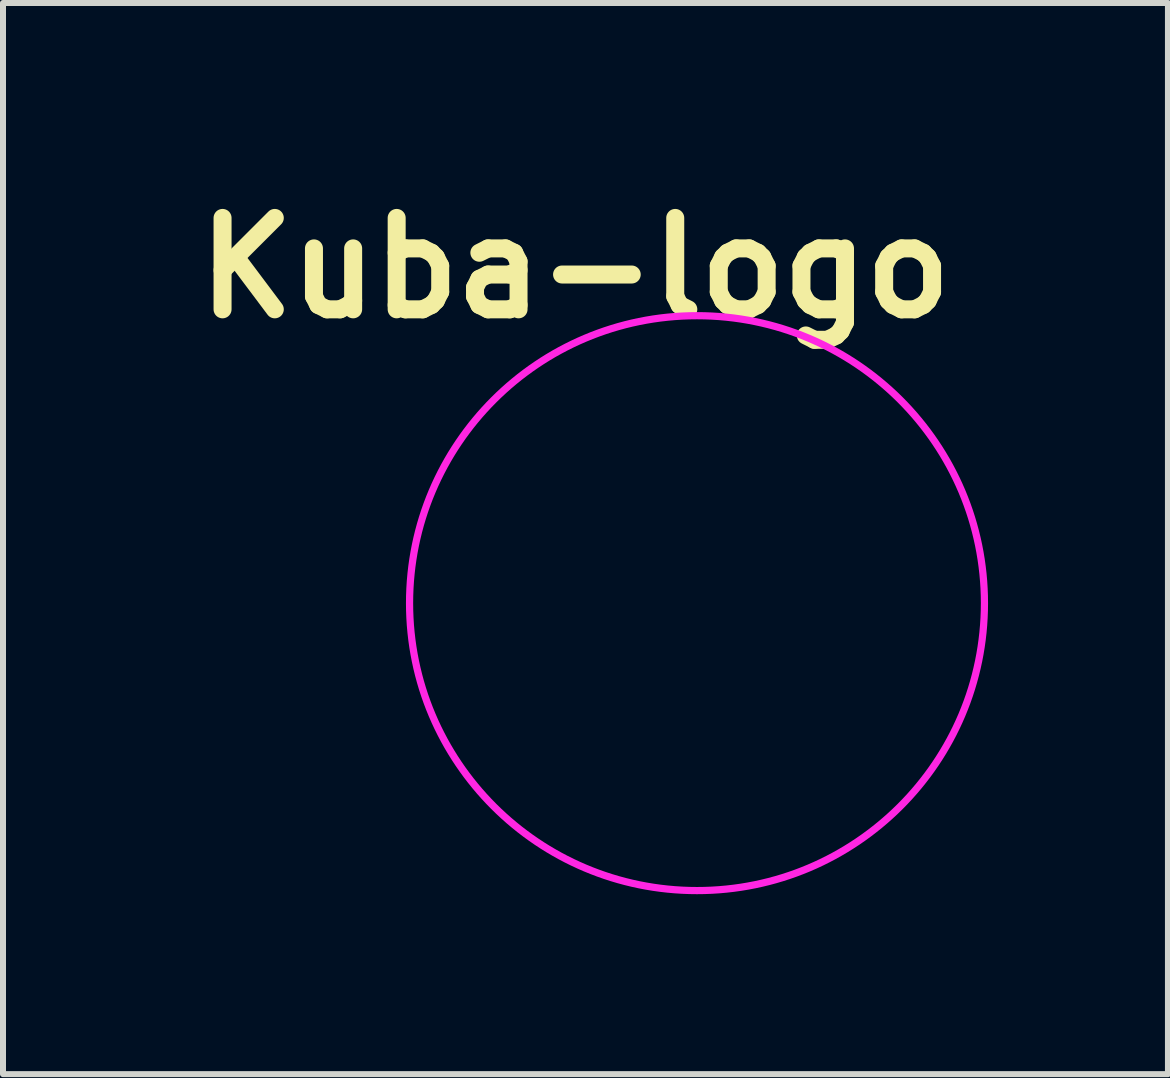
<source format=kicad_pcb>
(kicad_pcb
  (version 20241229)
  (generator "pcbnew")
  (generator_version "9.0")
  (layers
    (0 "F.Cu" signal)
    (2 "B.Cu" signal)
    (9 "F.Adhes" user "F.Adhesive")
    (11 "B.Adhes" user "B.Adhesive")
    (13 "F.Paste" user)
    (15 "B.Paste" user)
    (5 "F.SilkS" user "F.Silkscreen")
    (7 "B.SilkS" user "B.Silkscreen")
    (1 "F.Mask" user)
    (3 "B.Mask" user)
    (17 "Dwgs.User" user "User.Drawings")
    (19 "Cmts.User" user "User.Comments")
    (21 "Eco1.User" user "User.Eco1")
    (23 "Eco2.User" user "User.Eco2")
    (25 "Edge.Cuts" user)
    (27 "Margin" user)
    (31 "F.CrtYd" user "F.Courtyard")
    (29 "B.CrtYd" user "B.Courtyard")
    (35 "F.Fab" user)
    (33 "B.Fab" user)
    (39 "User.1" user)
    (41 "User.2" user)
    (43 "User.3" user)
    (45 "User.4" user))
  (footprint "Kuba-logo"
    (layer "F.Cu")
    (at 8.571 7.006)
    (property "Reference" "Kuba-logo" (at -2.032 -5.588 0) (layer "F.SilkS") (effects (font (size 1.524 1.524) (thickness 0.3))))
    (attr through_hole)
    (fp_poly (pts (xy 0.407 -4.214) (xy 0.445 -4.185) (xy 0.468 -4.156) (xy 0.475 -4.144) (xy 0.481 -4.133) (xy 0.485 -4.119) (xy 0.489 -4.101) (xy 0.493 -4.076) (xy 0.497 -4.043) (xy 0.502 -4) (xy 0.507 -3.944) (xy 0.513 -3.874) (xy 0.514 -3.864) (xy 0.521 -3.783) (xy 0.528 -3.716) (xy 0.534 -3.663) (xy 0.54 -3.621) (xy 0.547 -3.59) (xy 0.555 -3.567) (xy 0.564 -3.55) (xy 0.575 -3.538) (xy 0.587 -3.529) (xy 0.591 -3.527) (xy 0.61 -3.52) (xy 0.64 -3.511) (xy 0.678 -3.502) (xy 0.704 -3.497) (xy 0.795 -3.477) (xy 0.894 -3.452) (xy 0.994 -3.425) (xy 1.086 -3.397) (xy 1.118 -3.387) (xy 1.174 -3.369) (xy 1.218 -3.358) (xy 1.251 -3.354) (xy 1.278 -3.356) (xy 1.301 -3.365) (xy 1.312 -3.372) (xy 1.324 -3.384) (xy 1.343 -3.407) (xy 1.37 -3.441) (xy 1.402 -3.484) (xy 1.437 -3.532) (xy 1.474 -3.585) (xy 1.48 -3.593) (xy 1.518 -3.647) (xy 1.554 -3.696) (xy 1.587 -3.741) (xy 1.615 -3.777) (xy 1.638 -3.805) (xy 1.652 -3.82) (xy 1.654 -3.821) (xy 1.693 -3.843) (xy 1.74 -3.852) (xy 1.787 -3.848) (xy 1.821 -3.835) (xy 1.839 -3.826) (xy 1.868 -3.809) (xy 1.908 -3.787) (xy 1.955 -3.76) (xy 2.009 -3.729) (xy 2.066 -3.696) (xy 2.126 -3.662) (xy 2.185 -3.628) (xy 2.242 -3.595) (xy 2.294 -3.564) (xy 2.341 -3.537) (xy 2.379 -3.514) (xy 2.407 -3.497) (xy 2.422 -3.487) (xy 2.424 -3.487) (xy 2.452 -3.457) (xy 2.473 -3.417) (xy 2.483 -3.372) (xy 2.483 -3.357) (xy 2.482 -3.343) (xy 2.479 -3.326) (xy 2.472 -3.305) (xy 2.462 -3.278) (xy 2.447 -3.242) (xy 2.427 -3.197) (xy 2.401 -3.14) (xy 2.372 -3.076) (xy 2.344 -3.017) (xy 2.319 -2.961) (xy 2.297 -2.911) (xy 2.28 -2.869) (xy 2.267 -2.838) (xy 2.261 -2.819) (xy 2.261 -2.815) (xy 2.269 -2.776) (xy 2.294 -2.736) (xy 2.331 -2.7) (xy 2.363 -2.672) (xy 2.403 -2.634) (xy 2.45 -2.59) (xy 2.499 -2.542) (xy 2.548 -2.492) (xy 2.595 -2.445) (xy 2.636 -2.402) (xy 2.669 -2.366) (xy 2.672 -2.362) (xy 2.711 -2.319) (xy 2.744 -2.289) (xy 2.772 -2.271) (xy 2.799 -2.262) (xy 2.815 -2.261) (xy 2.828 -2.264) (xy 2.855 -2.274) (xy 2.892 -2.289) (xy 2.939 -2.309) (xy 2.993 -2.333) (xy 3.051 -2.36) (xy 3.076 -2.372) (xy 3.146 -2.404) (xy 3.201 -2.429) (xy 3.246 -2.449) (xy 3.28 -2.463) (xy 3.307 -2.473) (xy 3.328 -2.479) (xy 3.344 -2.482) (xy 3.357 -2.483) (xy 3.402 -2.477) (xy 3.444 -2.46) (xy 3.478 -2.434) (xy 3.486 -2.424) (xy 3.495 -2.411) (xy 3.51 -2.385) (xy 3.532 -2.349) (xy 3.558 -2.304) (xy 3.588 -2.252) (xy 3.621 -2.196) (xy 3.655 -2.137) (xy 3.689 -2.078) (xy 3.722 -2.02) (xy 3.753 -1.966) (xy 3.781 -1.918) (xy 3.805 -1.876) (xy 3.822 -1.845) (xy 3.833 -1.825) (xy 3.834 -1.823) (xy 3.85 -1.774) (xy 3.85 -1.725) (xy 3.835 -1.677) (xy 3.804 -1.634) (xy 3.783 -1.615) (xy 3.766 -1.602) (xy 3.737 -1.581) (xy 3.7 -1.554) (xy 3.655 -1.523) (xy 3.606 -1.488) (xy 3.565 -1.46) (xy 3.51 -1.421) (xy 3.462 -1.385) (xy 3.422 -1.355) (xy 3.391 -1.331) (xy 3.373 -1.314) (xy 3.368 -1.308) (xy 3.358 -1.286) (xy 3.354 -1.26) (xy 3.356 -1.228) (xy 3.365 -1.187) (xy 3.381 -1.134) (xy 3.386 -1.12) (xy 3.436 -0.955) (xy 3.479 -0.782) (xy 3.493 -0.721) (xy 3.502 -0.678) (xy 3.512 -0.64) (xy 3.52 -0.609) (xy 3.527 -0.591) (xy 3.527 -0.591) (xy 3.536 -0.578) (xy 3.547 -0.566) (xy 3.562 -0.557) (xy 3.583 -0.549) (xy 3.612 -0.542) (xy 3.651 -0.535) (xy 3.701 -0.529) (xy 3.764 -0.523) (xy 3.842 -0.516) (xy 3.864 -0.514) (xy 3.937 -0.507) (xy 3.994 -0.502) (xy 4.039 -0.498) (xy 4.073 -0.494) (xy 4.098 -0.49) (xy 4.117 -0.486) (xy 4.131 -0.481) (xy 4.143 -0.476) (xy 4.154 -0.469) (xy 4.156 -0.468) (xy 4.193 -0.437) (xy 4.214 -0.407) (xy 4.233 -0.37) (xy 4.233 0.37) (xy 4.214 0.407) (xy 4.185 0.445) (xy 4.156 0.468) (xy 4.144 0.475) (xy 4.133 0.481) (xy 4.119 0.485) (xy 4.101 0.489) (xy 4.076 0.493) (xy 4.043 0.497) (xy 4 0.502) (xy 3.944 0.507) (xy 3.874 0.513) (xy 3.864 0.514) (xy 3.783 0.521) (xy 3.716 0.527) (xy 3.663 0.534) (xy 3.621 0.54) (xy 3.59 0.547) (xy 3.567 0.555) (xy 3.55 0.564) (xy 3.538 0.575) (xy 3.529 0.587) (xy 3.527 0.591) (xy 3.521 0.609) (xy 3.512 0.639) (xy 3.502 0.678) (xy 3.492 0.723) (xy 3.488 0.742) (xy 3.475 0.8) (xy 3.459 0.864) (xy 3.442 0.932) (xy 3.423 0.999) (xy 3.405 1.062) (xy 3.388 1.116) (xy 3.373 1.159) (xy 3.37 1.168) (xy 3.356 1.218) (xy 3.354 1.264) (xy 3.365 1.302) (xy 3.368 1.308) (xy 3.38 1.321) (xy 3.404 1.341) (xy 3.44 1.369) (xy 3.484 1.402) (xy 3.536 1.439) (xy 3.565 1.46) (xy 3.616 1.495) (xy 3.665 1.53) (xy 3.708 1.56) (xy 3.744 1.586) (xy 3.77 1.606) (xy 3.783 1.615) (xy 3.821 1.655) (xy 3.844 1.7) (xy 3.852 1.749) (xy 3.845 1.798) (xy 3.834 1.823) (xy 3.825 1.84) (xy 3.809 1.869) (xy 3.786 1.909) (xy 3.759 1.956) (xy 3.729 2.009) (xy 3.696 2.067) (xy 3.662 2.126) (xy 3.627 2.185) (xy 3.594 2.241) (xy 3.564 2.294) (xy 3.537 2.341) (xy 3.514 2.379) (xy 3.497 2.407) (xy 3.487 2.422) (xy 3.486 2.424) (xy 3.457 2.452) (xy 3.417 2.473) (xy 3.373 2.483) (xy 3.357 2.483) (xy 3.343 2.482) (xy 3.327 2.479) (xy 3.306 2.473) (xy 3.28 2.463) (xy 3.245 2.448) (xy 3.201 2.429) (xy 3.146 2.404) (xy 3.077 2.372) (xy 3.066 2.366) (xy 2.993 2.333) (xy 2.934 2.305) (xy 2.886 2.284) (xy 2.848 2.269) (xy 2.817 2.26) (xy 2.792 2.256) (xy 2.77 2.258) (xy 2.75 2.264) (xy 2.729 2.274) (xy 2.706 2.289) (xy 2.681 2.305) (xy 2.574 2.37) (xy 2.464 2.419) (xy 2.347 2.454) (xy 2.282 2.468) (xy 2.217 2.477) (xy 2.142 2.48) (xy 2.062 2.479) (xy 1.982 2.474) (xy 1.909 2.464) (xy 1.854 2.453) (xy 1.77 2.426) (xy 1.676 2.388) (xy 1.576 2.342) (xy 1.474 2.289) (xy 1.371 2.231) (xy 1.272 2.168) (xy 1.179 2.103) (xy 1.152 2.083) (xy 1.134 2.069) (xy 1.105 2.045) (xy 1.065 2.012) (xy 1.012 1.969) (xy 0.948 1.916) (xy 0.873 1.853) (xy 0.785 1.779) (xy 0.685 1.696) (xy 0.574 1.603) (xy 0.45 1.499) (xy 0.313 1.385) (xy 0.165 1.26) (xy 0.004 1.125) (xy -0.17 0.979) (xy -0.357 0.823) (xy -0.556 0.655) (xy -0.557 0.654) (xy -0.626 0.597) (xy -0.683 0.55) (xy -0.729 0.515) (xy -0.762 0.49) (xy -0.784 0.477) (xy -0.791 0.474) (xy -0.812 0.48) (xy -0.824 0.49) (xy -0.827 0.494) (xy -0.829 0.5) (xy -0.831 0.51) (xy -0.833 0.525) (xy -0.834 0.545) (xy -0.835 0.572) (xy -0.836 0.608) (xy -0.837 0.652) (xy -0.837 0.707) (xy -0.838 0.773) (xy -0.838 0.851) (xy -0.838 0.943) (xy -0.838 1.049) (xy -0.838 1.171) (xy -0.838 1.19) (xy -0.838 1.314) (xy -0.839 1.423) (xy -0.839 1.516) (xy -0.839 1.596) (xy -0.839 1.664) (xy -0.84 1.721) (xy -0.841 1.767) (xy -0.841 1.805) (xy -0.843 1.834) (xy -0.844 1.857) (xy -0.846 1.875) (xy -0.847 1.888) (xy -0.85 1.898) (xy -0.852 1.905) (xy -0.854 1.91) (xy -0.881 1.95) (xy -0.919 1.982) (xy -0.955 1.999) (xy -0.976 2.002) (xy -1.013 2.004) (xy -1.064 2.005) (xy -1.128 2.006) (xy -1.165 2.005) (xy -1.224 2.004) (xy -1.269 2.003) (xy -1.303 2.002) (xy -1.326 2) (xy -1.343 1.997) (xy -1.355 1.992) (xy -1.366 1.987) (xy -1.373 1.982) (xy -1.398 1.961) (xy -1.421 1.935) (xy -1.423 1.932) (xy -1.444 1.902) (xy -1.444 -1.902) (xy -1.423 -1.932) (xy -1.402 -1.957) (xy -1.376 -1.98) (xy -1.373 -1.982) (xy -1.362 -1.989) (xy -1.352 -1.994) (xy -1.338 -1.998) (xy -1.319 -2) (xy -1.292 -2.002) (xy -1.256 -2.003) (xy -1.206 -2.004) (xy -1.165 -2.005) (xy -1.095 -2.006) (xy -1.038 -2.005) (xy -0.993 -2.003) (xy -0.964 -2) (xy -0.955 -1.999) (xy -0.912 -1.977) (xy -0.876 -1.944) (xy -0.854 -1.91) (xy -0.851 -1.903) (xy -0.849 -1.894) (xy -0.847 -1.884) (xy -0.845 -1.869) (xy -0.843 -1.85) (xy -0.842 -1.825) (xy -0.841 -1.793) (xy -0.84 -1.752) (xy -0.84 -1.702) (xy -0.839 -1.642) (xy -0.839 -1.57) (xy -0.839 -1.486) (xy -0.838 -1.387) (xy -0.838 -1.273) (xy -0.838 -1.189) (xy -0.838 -1.065) (xy -0.838 -0.957) (xy -0.838 -0.863) (xy -0.838 -0.783) (xy -0.838 -0.716) (xy -0.837 -0.66) (xy -0.836 -0.614) (xy -0.836 -0.578) (xy -0.834 -0.55) (xy -0.833 -0.528) (xy -0.832 -0.513) (xy -0.83 -0.502) (xy -0.828 -0.495) (xy -0.825 -0.491) (xy -0.823 -0.488) (xy -0.803 -0.477) (xy -0.79 -0.474) (xy -0.783 -0.478) (xy -0.768 -0.488) (xy -0.745 -0.506) (xy -0.713 -0.532) (xy -0.671 -0.565) (xy -0.621 -0.606) (xy -0.56 -0.656) (xy -0.49 -0.714) (xy -0.41 -0.78) (xy -0.319 -0.856) (xy -0.218 -0.94) (xy -0.105 -1.034) (xy 0.019 -1.137) (xy 0.154 -1.251) (xy 0.301 -1.374) (xy 0.46 -1.507) (xy 0.631 -1.651) (xy 0.815 -1.805) (xy 0.887 -1.866) (xy 0.927 -1.899) (xy 0.958 -1.921) (xy 0.983 -1.936) (xy 1.006 -1.943) (xy 1.03 -1.946) (xy 1.055 -1.945) (xy 1.079 -1.943) (xy 1.101 -1.938) (xy 1.121 -1.929) (xy 1.142 -1.914) (xy 1.166 -1.892) (xy 1.195 -1.861) (xy 1.232 -1.819) (xy 1.262 -1.783) (xy 1.303 -1.734) (xy 1.334 -1.695) (xy 1.357 -1.665) (xy 1.372 -1.64) (xy 1.382 -1.619) (xy 1.387 -1.6) (xy 1.388 -1.579) (xy 1.389 -1.568) (xy 1.386 -1.533) (xy 1.376 -1.501) (xy 1.357 -1.47) (xy 1.327 -1.437) (xy 1.286 -1.401) (xy 1.27 -1.388) (xy 1.242 -1.364) (xy 1.204 -1.332) (xy 1.154 -1.291) (xy 1.096 -1.241) (xy 1.029 -1.185) (xy 0.954 -1.122) (xy 0.872 -1.054) (xy 0.785 -0.981) (xy 0.693 -0.903) (xy 0.596 -0.822) (xy 0.496 -0.738) (xy 0.43 -0.683) (xy 0.311 -0.583) (xy 0.205 -0.494) (xy 0.111 -0.415) (xy 0.028 -0.345) (xy -0.045 -0.283) (xy -0.109 -0.229) (xy -0.163 -0.183) (xy -0.209 -0.144) (xy -0.247 -0.11) (xy -0.278 -0.083) (xy -0.303 -0.06) (xy -0.322 -0.042) (xy -0.336 -0.028) (xy -0.346 -0.017) (xy -0.352 -0.009) (xy -0.355 -0.004) (xy -0.356 -0.000298) (xy -0.354 0.01) (xy -0.348 0.021) (xy -0.335 0.036) (xy -0.315 0.055) (xy -0.286 0.082) (xy -0.245 0.116) (xy -0.231 0.129) (xy -0.141 0.204) (xy -0.047 0.284) (xy 0.052 0.366) (xy 0.153 0.452) (xy 0.257 0.539) (xy 0.362 0.627) (xy 0.468 0.716) (xy 0.574 0.804) (xy 0.678 0.892) (xy 0.781 0.977) (xy 0.88 1.061) (xy 0.976 1.141) (xy 1.068 1.217) (xy 1.154 1.289) (xy 1.234 1.356) (xy 1.307 1.416) (xy 1.372 1.47) (xy 1.428 1.517) (xy 1.475 1.556) (xy 1.511 1.585) (xy 1.536 1.606) (xy 1.549 1.616) (xy 1.601 1.653) (xy 1.655 1.69) (xy 1.709 1.723) (xy 1.758 1.752) (xy 1.8 1.775) (xy 1.828 1.787) (xy 1.876 1.8) (xy 1.933 1.808) (xy 1.991 1.811) (xy 2.044 1.807) (xy 2.057 1.804) (xy 2.091 1.795) (xy 2.13 1.781) (xy 2.153 1.772) (xy 2.179 1.759) (xy 2.201 1.743) (xy 2.222 1.722) (xy 2.247 1.69) (xy 2.251 1.685) (xy 2.372 1.51) (xy 2.479 1.326) (xy 2.573 1.134) (xy 2.651 0.934) (xy 2.715 0.728) (xy 2.764 0.516) (xy 2.79 0.356) (xy 2.798 0.282) (xy 2.804 0.196) (xy 2.808 0.103) (xy 2.809 0.008) (xy 2.809 -0.085) (xy 2.806 -0.169) (xy 2.803 -0.216) (xy 2.777 -0.435) (xy 2.735 -0.648) (xy 2.678 -0.857) (xy 2.605 -1.059) (xy 2.517 -1.254) (xy 2.414 -1.442) (xy 2.296 -1.622) (xy 2.164 -1.794) (xy 2.018 -1.956) (xy 2.016 -1.958) (xy 1.857 -2.11) (xy 1.688 -2.248) (xy 1.511 -2.371) (xy 1.326 -2.48) (xy 1.132 -2.574) (xy 0.932 -2.653) (xy 0.725 -2.717) (xy 0.538 -2.76) (xy 0.463 -2.773) (xy 0.396 -2.784) (xy 0.334 -2.793) (xy 0.272 -2.799) (xy 0.208 -2.803) (xy 0.136 -2.805) (xy 0.054 -2.806) (xy -0.008 -2.806) (xy -0.101 -2.806) (xy -0.18 -2.804) (xy -0.251 -2.8) (xy -0.316 -2.795) (xy -0.381 -2.787) (xy -0.448 -2.776) (xy -0.523 -2.762) (xy -0.559 -2.755) (xy -0.768 -2.705) (xy -0.971 -2.639) (xy -1.167 -2.558) (xy -1.355 -2.463) (xy -1.535 -2.355) (xy -1.706 -2.234) (xy -1.867 -2.101) (xy -2.018 -1.957) (xy -2.158 -1.802) (xy -2.287 -1.636) (xy -2.403 -1.461) (xy -2.506 -1.277) (xy -2.595 -1.085) (xy -2.67 -0.885) (xy -2.717 -0.727) (xy -2.745 -0.615) (xy -2.767 -0.51) (xy -2.783 -0.407) (xy -2.795 -0.303) (xy -2.802 -0.192) (xy -2.806 -0.072) (xy -2.806 0.008) (xy -2.806 0.101) (xy -2.804 0.18) (xy -2.8 0.251) (xy -2.795 0.316) (xy -2.787 0.381) (xy -2.776 0.448) (xy -2.762 0.523) (xy -2.755 0.559) (xy -2.704 0.769) (xy -2.639 0.972) (xy -2.558 1.167) (xy -2.464 1.355) (xy -2.356 1.535) (xy -2.236 1.705) (xy -2.104 1.865) (xy -1.96 2.015) (xy -1.806 2.155) (xy -1.642 2.282) (xy -1.468 2.397) (xy -1.285 2.5) (xy -1.094 2.589) (xy -0.896 2.664) (xy -0.69 2.725) (xy -0.478 2.77) (xy -0.462 2.773) (xy -0.355 2.789) (xy -0.254 2.8) (xy -0.155 2.807) (xy -0.051 2.809) (xy 0.062 2.808) (xy 0.085 2.807) (xy 0.154 2.804) (xy 0.209 2.803) (xy 0.251 2.801) (xy 0.282 2.801) (xy 0.304 2.8) (xy 0.319 2.801) (xy 0.33 2.801) (xy 0.338 2.803) (xy 0.345 2.804) (xy 0.349 2.805) (xy 0.375 2.817) (xy 0.403 2.839) (xy 0.429 2.865) (xy 0.445 2.888) (xy 0.451 2.906) (xy 0.458 2.938) (xy 0.466 2.982) (xy 0.475 3.035) (xy 0.484 3.095) (xy 0.492 3.158) (xy 0.5 3.223) (xy 0.508 3.288) (xy 0.514 3.348) (xy 0.517 3.391) (xy 0.522 3.485) (xy 0.523 3.59) (xy 0.521 3.705) (xy 0.516 3.822) (xy 0.508 3.94) (xy 0.504 3.983) (xy 0.499 4.035) (xy 0.494 4.074) (xy 0.49 4.102) (xy 0.484 4.123) (xy 0.477 4.14) (xy 0.468 4.156) (xy 0.468 4.156) (xy 0.437 4.193) (xy 0.407 4.214) (xy 0.37 4.233) (xy -0.37 4.233) (xy -0.407 4.214) (xy -0.445 4.185) (xy -0.468 4.156) (xy -0.475 4.144) (xy -0.48 4.133) (xy -0.485 4.119) (xy -0.489 4.101) (xy -0.493 4.076) (xy -0.497 4.043) (xy -0.502 4) (xy -0.507 3.944) (xy -0.513 3.874) (xy -0.514 3.864) (xy -0.521 3.783) (xy -0.527 3.716) (xy -0.534 3.663) (xy -0.54 3.621) (xy -0.547 3.59) (xy -0.555 3.567) (xy -0.564 3.55) (xy -0.574 3.538) (xy -0.587 3.529) (xy -0.591 3.527) (xy -0.61 3.52) (xy -0.64 3.511) (xy -0.678 3.502) (xy -0.704 3.497) (xy -0.795 3.477) (xy -0.894 3.452) (xy -0.994 3.425) (xy -1.086 3.397) (xy -1.118 3.387) (xy -1.174 3.369) (xy -1.218 3.358) (xy -1.252 3.354) (xy -1.279 3.356) (xy -1.302 3.365) (xy -1.308 3.368) (xy -1.321 3.38) (xy -1.341 3.404) (xy -1.369 3.44) (xy -1.402 3.484) (xy -1.439 3.536) (xy -1.46 3.565) (xy -1.495 3.616) (xy -1.53 3.665) (xy -1.56 3.708) (xy -1.586 3.744) (xy -1.606 3.77) (xy -1.615 3.783) (xy -1.655 3.821) (xy -1.7 3.844) (xy -1.748 3.852) (xy -1.797 3.845) (xy -1.822 3.834) (xy -1.84 3.825) (xy -1.869 3.809) (xy -1.908 3.786) (xy -1.955 3.759) (xy -2.009 3.729) (xy -2.066 3.696) (xy -2.125 3.662) (xy -2.184 3.628) (xy -2.241 3.595) (xy -2.293 3.564) (xy -2.34 3.537) (xy -2.378 3.514) (xy -2.406 3.497) (xy -2.422 3.487) (xy -2.424 3.486) (xy -2.452 3.457) (xy -2.473 3.418) (xy -2.483 3.373) (xy -2.483 3.357) (xy -2.482 3.343) (xy -2.479 3.326) (xy -2.472 3.305) (xy -2.462 3.278) (xy -2.447 3.242) (xy -2.427 3.197) (xy -2.401 3.14) (xy -2.372 3.076) (xy -2.344 3.017) (xy -2.319 2.961) (xy -2.297 2.911) (xy -2.28 2.869) (xy -2.267 2.838) (xy -2.261 2.819) (xy -2.261 2.815) (xy -2.264 2.789) (xy -2.277 2.761) (xy -2.3 2.731) (xy -2.335 2.695) (xy -2.365 2.669) (xy -2.401 2.636) (xy -2.445 2.595) (xy -2.493 2.548) (xy -2.543 2.498) (xy -2.592 2.448) (xy -2.637 2.401) (xy -2.675 2.359) (xy -2.7 2.331) (xy -2.74 2.291) (xy -2.779 2.268) (xy -2.815 2.261) (xy -2.828 2.264) (xy -2.854 2.274) (xy -2.892 2.289) (xy -2.938 2.309) (xy -2.992 2.333) (xy -3.05 2.36) (xy -3.076 2.372) (xy -3.145 2.404) (xy -3.201 2.429) (xy -3.245 2.449) (xy -3.28 2.463) (xy -3.307 2.473) (xy -3.327 2.479) (xy -3.344 2.482) (xy -3.357 2.483) (xy -3.402 2.477) (xy -3.444 2.46) (xy -3.478 2.434) (xy -3.486 2.424) (xy -3.495 2.411) (xy -3.51 2.385) (xy -3.532 2.348) (xy -3.558 2.303) (xy -3.589 2.252) (xy -3.621 2.195) (xy -3.655 2.136) (xy -3.69 2.077) (xy -3.723 2.019) (xy -3.754 1.965) (xy -3.782 1.916) (xy -3.805 1.875) (xy -3.823 1.843) (xy -3.834 1.823) (xy -3.835 1.821) (xy -3.85 1.775) (xy -3.851 1.727) (xy -3.839 1.682) (xy -3.821 1.654) (xy -3.808 1.641) (xy -3.783 1.62) (xy -3.747 1.592) (xy -3.704 1.56) (xy -3.655 1.524) (xy -3.602 1.487) (xy -3.593 1.48) (xy -3.54 1.443) (xy -3.491 1.407) (xy -3.448 1.375) (xy -3.412 1.347) (xy -3.387 1.326) (xy -3.373 1.313) (xy -3.372 1.312) (xy -3.36 1.29) (xy -3.354 1.266) (xy -3.355 1.236) (xy -3.362 1.198) (xy -3.377 1.149) (xy -3.387 1.118) (xy -3.414 1.03) (xy -3.442 0.932) (xy -3.468 0.832) (xy -3.49 0.737) (xy -3.497 0.704) (xy -3.505 0.664) (xy -3.515 0.628) (xy -3.523 0.601) (xy -3.527 0.591) (xy -3.536 0.577) (xy -3.547 0.566) (xy -3.562 0.557) (xy -3.583 0.549) (xy -3.613 0.542) (xy -3.652 0.535) (xy -3.702 0.529) (xy -3.765 0.523) (xy -3.843 0.515) (xy -3.864 0.514) (xy -3.937 0.507) (xy -3.994 0.502) (xy -4.039 0.498) (xy -4.073 0.494) (xy -4.098 0.49) (xy -4.117 0.486) (xy -4.131 0.481) (xy -4.143 0.476) (xy -4.154 0.469) (xy -4.156 0.468) (xy -4.193 0.437) (xy -4.214 0.407) (xy -4.233 0.37) (xy -4.233 -0.37) (xy -4.214 -0.407) (xy -4.185 -0.445) (xy -4.156 -0.468) (xy -4.144 -0.475) (xy -4.133 -0.481) (xy -4.119 -0.485) (xy -4.101 -0.489) (xy -4.076 -0.493) (xy -4.043 -0.497) (xy -4 -0.502) (xy -3.944 -0.507) (xy -3.874 -0.513) (xy -3.864 -0.514) (xy -3.783 -0.521) (xy -3.716 -0.528) (xy -3.663 -0.534) (xy -3.621 -0.54) (xy -3.59 -0.547) (xy -3.567 -0.555) (xy -3.55 -0.564) (xy -3.538 -0.575) (xy -3.529 -0.587) (xy -3.527 -0.591) (xy -3.52 -0.61) (xy -3.511 -0.64) (xy -3.502 -0.678) (xy -3.497 -0.704) (xy -3.477 -0.795) (xy -3.452 -0.894) (xy -3.425 -0.994) (xy -3.397 -1.086) (xy -3.387 -1.118) (xy -3.369 -1.174) (xy -3.358 -1.218) (xy -3.354 -1.251) (xy -3.356 -1.278) (xy -3.365 -1.301) (xy -3.372 -1.312) (xy -3.384 -1.324) (xy -3.407 -1.343) (xy -3.441 -1.37) (xy -3.484 -1.402) (xy -3.532 -1.437) (xy -3.585 -1.474) (xy -3.593 -1.48) (xy -3.647 -1.518) (xy -3.696 -1.554) (xy -3.741 -1.587) (xy -3.777 -1.615) (xy -3.805 -1.638) (xy -3.82 -1.652) (xy -3.821 -1.654) (xy -3.843 -1.693) (xy -3.852 -1.74) (xy -3.848 -1.787) (xy -3.835 -1.821) (xy -3.826 -1.839) (xy -3.809 -1.868) (xy -3.787 -1.908) (xy -3.76 -1.955) (xy -3.729 -2.009) (xy -3.696 -2.066) (xy -3.662 -2.125) (xy -3.628 -2.184) (xy -3.595 -2.241) (xy -3.564 -2.294) (xy -3.536 -2.341) (xy -3.514 -2.379) (xy -3.497 -2.407) (xy -3.487 -2.422) (xy -3.486 -2.424) (xy -3.457 -2.452) (xy -3.417 -2.473) (xy -3.373 -2.483) (xy -3.357 -2.483) (xy -3.343 -2.482) (xy -3.326 -2.479) (xy -3.305 -2.472) (xy -3.278 -2.462) (xy -3.243 -2.448) (xy -3.198 -2.428) (xy -3.142 -2.402) (xy -3.076 -2.372) (xy -3.016 -2.344) (xy -2.961 -2.319) (xy -2.911 -2.297) (xy -2.869 -2.28) (xy -2.838 -2.268) (xy -2.819 -2.261) (xy -2.815 -2.261) (xy -2.789 -2.264) (xy -2.762 -2.277) (xy -2.732 -2.3) (xy -2.697 -2.334) (xy -2.672 -2.362) (xy -2.641 -2.397) (xy -2.6 -2.439) (xy -2.554 -2.486) (xy -2.505 -2.535) (xy -2.456 -2.584) (xy -2.409 -2.629) (xy -2.368 -2.667) (xy -2.334 -2.697) (xy -2.331 -2.7) (xy -2.291 -2.74) (xy -2.267 -2.78) (xy -2.261 -2.815) (xy -2.264 -2.828) (xy -2.274 -2.855) (xy -2.289 -2.892) (xy -2.309 -2.939) (xy -2.333 -2.993) (xy -2.36 -3.051) (xy -2.372 -3.076) (xy -2.404 -3.146) (xy -2.429 -3.201) (xy -2.449 -3.246) (xy -2.463 -3.28) (xy -2.473 -3.307) (xy -2.479 -3.328) (xy -2.482 -3.344) (xy -2.483 -3.357) (xy -2.477 -3.402) (xy -2.46 -3.444) (xy -2.435 -3.478) (xy -2.424 -3.486) (xy -2.411 -3.495) (xy -2.385 -3.51) (xy -2.349 -3.532) (xy -2.303 -3.558) (xy -2.252 -3.588) (xy -2.196 -3.621) (xy -2.137 -3.655) (xy -2.077 -3.689) (xy -2.019 -3.723) (xy -1.965 -3.754) (xy -1.916 -3.782) (xy -1.875 -3.805) (xy -1.843 -3.823) (xy -1.823 -3.834) (xy -1.82 -3.835) (xy -1.775 -3.85) (xy -1.727 -3.851) (xy -1.682 -3.839) (xy -1.654 -3.821) (xy -1.641 -3.808) (xy -1.62 -3.783) (xy -1.592 -3.747) (xy -1.56 -3.704) (xy -1.524 -3.655) (xy -1.487 -3.602) (xy -1.48 -3.593) (xy -1.443 -3.54) (xy -1.407 -3.491) (xy -1.375 -3.448) (xy -1.347 -3.412) (xy -1.326 -3.387) (xy -1.313 -3.373) (xy -1.312 -3.372) (xy -1.29 -3.36) (xy -1.266 -3.354) (xy -1.236 -3.355) (xy -1.198 -3.362) (xy -1.149 -3.377) (xy -1.118 -3.387) (xy -1.03 -3.414) (xy -0.932 -3.442) (xy -0.832 -3.468) (xy -0.737 -3.49) (xy -0.704 -3.497) (xy -0.664 -3.505) (xy -0.628 -3.515) (xy -0.601 -3.523) (xy -0.591 -3.527) (xy -0.577 -3.536) (xy -0.566 -3.547) (xy -0.557 -3.562) (xy -0.549 -3.583) (xy -0.542 -3.613) (xy -0.535 -3.652) (xy -0.529 -3.702) (xy -0.523 -3.765) (xy -0.515 -3.843) (xy -0.514 -3.864) (xy -0.507 -3.937) (xy -0.502 -3.994) (xy -0.498 -4.039) (xy -0.494 -4.073) (xy -0.49 -4.098) (xy -0.486 -4.117) (xy -0.481 -4.131) (xy -0.476 -4.143) (xy -0.469 -4.154) (xy -0.468 -4.156) (xy -0.437 -4.193) (xy -0.407 -4.214) (xy -0.37 -4.233) (xy 0.37 -4.233) (xy 0.407 -4.214)) (stroke (width 0.01) (type solid)) (fill yes) (layer "F.Mask"))
    (fp_circle (center 0 0) (end 4.064 -2.54) (stroke (width 0.12) (type solid)) (fill no) (layer "F.CrtYd")))
  (gr_rect
    (start -3 -3)
    (end 16.423 14.859)
    (stroke (width 0.1) (type default))
    (fill no)
    (layer "Edge.Cuts")))
</source>
